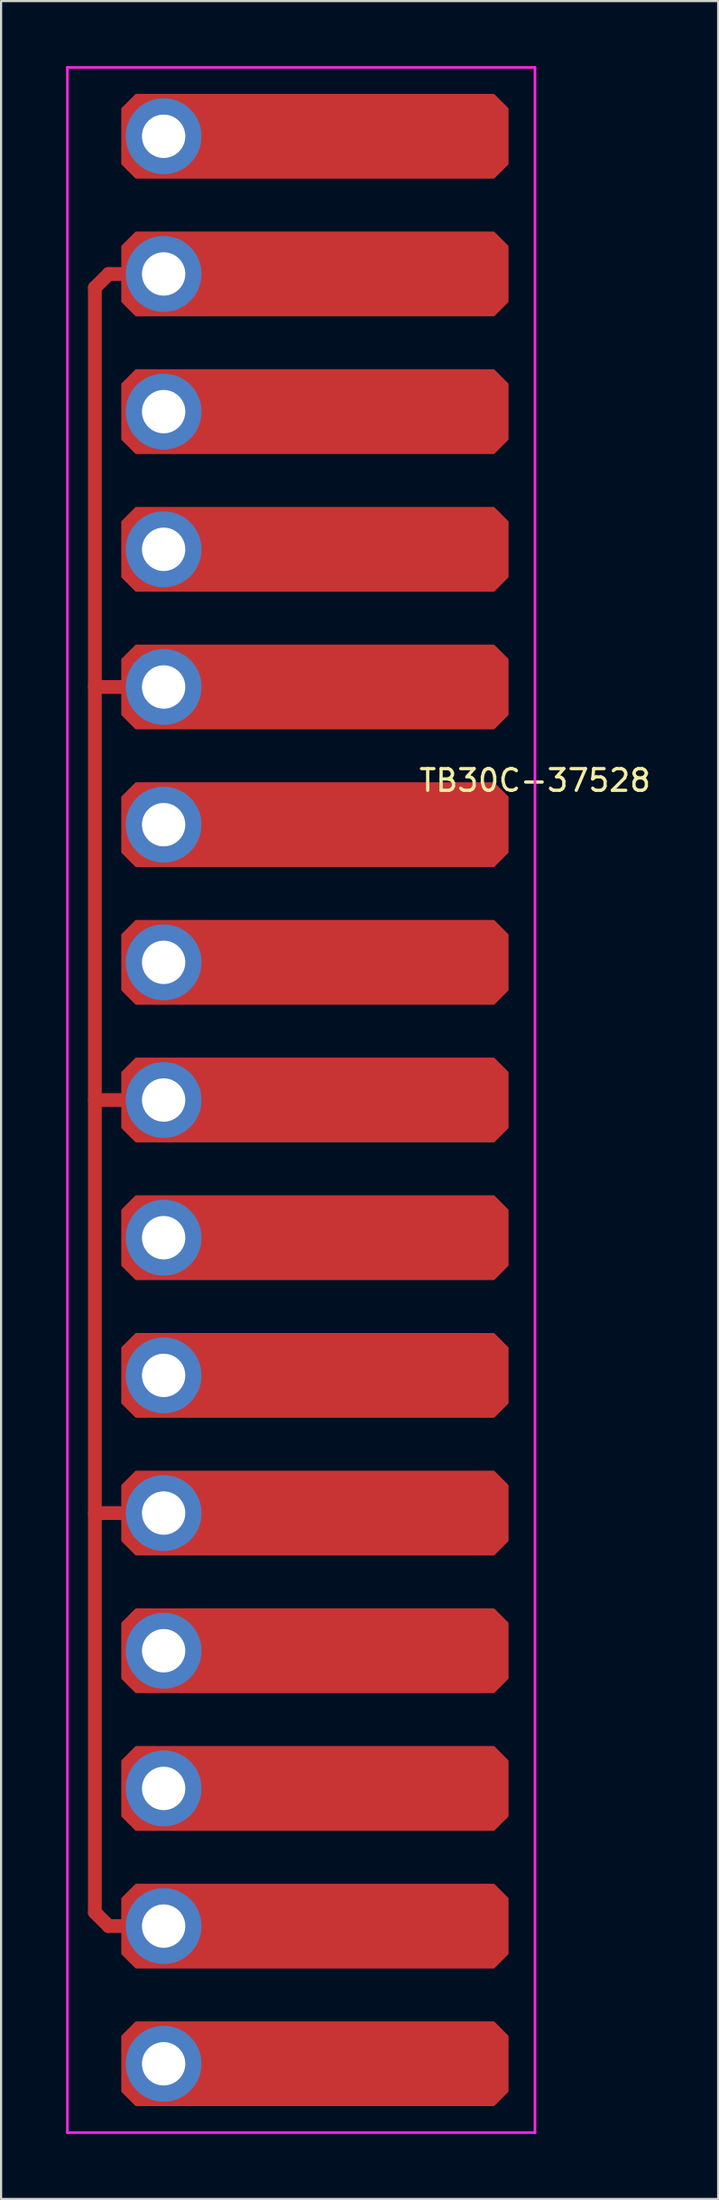
<source format=kicad_pcb>
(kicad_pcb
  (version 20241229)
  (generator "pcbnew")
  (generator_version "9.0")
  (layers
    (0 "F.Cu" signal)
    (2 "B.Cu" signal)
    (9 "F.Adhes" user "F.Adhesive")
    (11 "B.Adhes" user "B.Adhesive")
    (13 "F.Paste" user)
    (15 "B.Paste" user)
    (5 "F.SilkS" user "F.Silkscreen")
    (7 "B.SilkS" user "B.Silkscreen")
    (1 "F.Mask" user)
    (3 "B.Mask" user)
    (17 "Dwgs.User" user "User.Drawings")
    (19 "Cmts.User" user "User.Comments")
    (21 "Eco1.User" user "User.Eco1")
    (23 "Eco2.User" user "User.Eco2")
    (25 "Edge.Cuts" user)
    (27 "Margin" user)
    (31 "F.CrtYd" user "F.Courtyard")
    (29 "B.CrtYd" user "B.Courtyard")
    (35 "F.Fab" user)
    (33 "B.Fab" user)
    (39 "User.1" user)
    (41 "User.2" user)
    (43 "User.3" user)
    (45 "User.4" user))
  (footprint "TB30C-37528"
    (layer "F.Cu")
    (at 15.3 48.32)
    (property "Reference" "TB30C-37528" (at 6.35 -15.375 0) (layer "F.SilkS") (effects (font (size 1 1) (thickness 0.15))))
    (attr through_hole)
    (fp_line (start -13.97 -38.1) (end -13.97 36.83) (stroke (width 0.635) (type solid)) (layer "F.Cu"))
    (fp_line (start -13.97 -38.1) (end -13.335 -38.735) (stroke (width 0.635) (type solid)) (layer "F.Cu"))
    (fp_line (start -13.97 -19.685) (end -12.065 -19.685) (stroke (width 0.635) (type solid)) (layer "F.Cu"))
    (fp_line (start -13.97 -0.635) (end -12.065 -0.635) (stroke (width 0.635) (type solid)) (layer "F.Cu"))
    (fp_line (start -13.97 18.415) (end -12.065 18.415) (stroke (width 0.635) (type solid)) (layer "F.Cu"))
    (fp_line (start -13.97 36.83) (end -13.335 37.465) (stroke (width 0.635) (type solid)) (layer "F.Cu"))
    (fp_line (start -13.335 -38.735) (end -12.065 -38.735) (stroke (width 0.635) (type solid)) (layer "F.Cu"))
    (fp_line (start -13.335 37.465) (end -12.065 37.465) (stroke (width 0.635) (type solid)) (layer "F.Cu"))
    (fp_poly (pts (xy 5.08 -46.355) (xy 5.08 -43.815) (xy 4.445 -43.18) (xy -12.065 -43.18) (xy -12.7 -43.815) (xy -12.7 -46.355) (xy -12.065 -46.99) (xy 4.445 -46.99)) (stroke (width 0.1) (type solid)) (fill yes) (layer "F.Cu"))
    (fp_poly (pts (xy 5.08 -40.005) (xy 5.08 -37.465) (xy 4.445 -36.83) (xy -12.065 -36.83) (xy -12.7 -37.465) (xy -12.7 -40.005) (xy -12.065 -40.64) (xy 4.445 -40.64)) (stroke (width 0.1) (type solid)) (fill yes) (layer "F.Cu"))
    (fp_poly (pts (xy 5.08 -33.655) (xy 5.08 -31.115) (xy 4.445 -30.48) (xy -12.065 -30.48) (xy -12.7 -31.115) (xy -12.7 -33.655) (xy -12.065 -34.29) (xy 4.445 -34.29)) (stroke (width 0.1) (type solid)) (fill yes) (layer "F.Cu"))
    (fp_poly (pts (xy 5.08 -27.305) (xy 5.08 -24.765) (xy 4.445 -24.13) (xy -12.065 -24.13) (xy -12.7 -24.765) (xy -12.7 -27.305) (xy -12.065 -27.94) (xy 4.445 -27.94)) (stroke (width 0.1) (type solid)) (fill yes) (layer "F.Cu"))
    (fp_poly (pts (xy 5.08 -20.955) (xy 5.08 -18.415) (xy 4.445 -17.78) (xy -12.065 -17.78) (xy -12.7 -18.415) (xy -12.7 -20.955) (xy -12.065 -21.59) (xy 4.445 -21.59)) (stroke (width 0.1) (type solid)) (fill yes) (layer "F.Cu"))
    (fp_poly (pts (xy 5.08 -14.605) (xy 5.08 -12.065) (xy 4.445 -11.43) (xy -12.065 -11.43) (xy -12.7 -12.065) (xy -12.7 -14.605) (xy -12.065 -15.24) (xy 4.445 -15.24)) (stroke (width 0.1) (type solid)) (fill yes) (layer "F.Cu"))
    (fp_poly (pts (xy 5.08 -8.255) (xy 5.08 -5.715) (xy 4.445 -5.08) (xy -12.065 -5.08) (xy -12.7 -5.715) (xy -12.7 -8.255) (xy -12.065 -8.89) (xy 4.445 -8.89)) (stroke (width 0.1) (type solid)) (fill yes) (layer "F.Cu"))
    (fp_poly (pts (xy 5.08 -1.905) (xy 5.08 0.635) (xy 4.445 1.27) (xy -12.065 1.27) (xy -12.7 0.635) (xy -12.7 -1.905) (xy -12.065 -2.54) (xy 4.445 -2.54)) (stroke (width 0.1) (type solid)) (fill yes) (layer "F.Cu"))
    (fp_poly (pts (xy 5.08 4.445) (xy 5.08 6.985) (xy 4.445 7.62) (xy -12.065 7.62) (xy -12.7 6.985) (xy -12.7 4.445) (xy -12.065 3.81) (xy 4.445 3.81)) (stroke (width 0.1) (type solid)) (fill yes) (layer "F.Cu"))
    (fp_poly (pts (xy 5.08 10.795) (xy 5.08 13.335) (xy 4.445 13.97) (xy -12.065 13.97) (xy -12.7 13.335) (xy -12.7 10.795) (xy -12.065 10.16) (xy 4.445 10.16)) (stroke (width 0.1) (type solid)) (fill yes) (layer "F.Cu"))
    (fp_poly (pts (xy 5.08 17.145) (xy 5.08 19.685) (xy 4.445 20.32) (xy -12.065 20.32) (xy -12.7 19.685) (xy -12.7 17.145) (xy -12.065 16.51) (xy 4.445 16.51)) (stroke (width 0.1) (type solid)) (fill yes) (layer "F.Cu"))
    (fp_poly (pts (xy 5.08 23.495) (xy 5.08 26.035) (xy 4.445 26.67) (xy -12.065 26.67) (xy -12.7 26.035) (xy -12.7 23.495) (xy -12.065 22.86) (xy 4.445 22.86)) (stroke (width 0.1) (type solid)) (fill yes) (layer "F.Cu"))
    (fp_poly (pts (xy 5.08 29.845) (xy 5.08 32.385) (xy 4.445 33.02) (xy -12.065 33.02) (xy -12.7 32.385) (xy -12.7 29.845) (xy -12.065 29.21) (xy 4.445 29.21)) (stroke (width 0.1) (type solid)) (fill yes) (layer "F.Cu"))
    (fp_poly (pts (xy 5.08 36.195) (xy 5.08 38.735) (xy 4.445 39.37) (xy -12.065 39.37) (xy -12.7 38.735) (xy -12.7 36.195) (xy -12.065 35.56) (xy 4.445 35.56)) (stroke (width 0.1) (type solid)) (fill yes) (layer "F.Cu"))
    (fp_poly (pts (xy 5.08 42.545) (xy 5.08 45.085) (xy 4.445 45.72) (xy -12.065 45.72) (xy -12.7 45.085) (xy -12.7 42.545) (xy -12.065 41.91) (xy 4.445 41.91)) (stroke (width 0.1) (type solid)) (fill yes) (layer "F.Cu"))
    (fp_poly (pts (xy 4.889 -46.291) (xy 4.889 -43.879) (xy 4.381 -43.37) (xy -12.002 -43.37) (xy -12.509 -43.879) (xy -12.509 -46.291) (xy -12.002 -46.8) (xy 4.381 -46.8)) (stroke (width 0.1) (type solid)) (fill yes) (layer "F.Mask"))
    (fp_poly (pts (xy 4.889 -39.941) (xy 4.889 -37.529) (xy 4.381 -37.02) (xy -12.002 -37.02) (xy -12.509 -37.529) (xy -12.509 -39.941) (xy -12.002 -40.45) (xy 4.381 -40.45)) (stroke (width 0.1) (type solid)) (fill yes) (layer "F.Mask"))
    (fp_poly (pts (xy 4.889 -33.592) (xy 4.889 -31.178) (xy 4.381 -30.671) (xy -12.002 -30.671) (xy -12.509 -31.178) (xy -12.509 -33.592) (xy -12.002 -34.099) (xy 4.381 -34.099)) (stroke (width 0.1) (type solid)) (fill yes) (layer "F.Mask"))
    (fp_poly (pts (xy 4.889 -27.241) (xy 4.889 -24.828) (xy 4.381 -24.32) (xy -12.002 -24.32) (xy -12.509 -24.828) (xy -12.509 -27.241) (xy -12.002 -27.75) (xy 4.381 -27.75)) (stroke (width 0.1) (type solid)) (fill yes) (layer "F.Mask"))
    (fp_poly (pts (xy 4.889 -20.892) (xy 4.889 -18.479) (xy 4.381 -17.971) (xy -12.002 -17.971) (xy -12.509 -18.479) (xy -12.509 -20.892) (xy -12.002 -21.399) (xy 4.381 -21.399)) (stroke (width 0.1) (type solid)) (fill yes) (layer "F.Mask"))
    (fp_poly (pts (xy 4.889 -14.541) (xy 4.889 -12.129) (xy 4.381 -11.62) (xy -12.002 -11.62) (xy -12.509 -12.129) (xy -12.509 -14.541) (xy -12.002 -15.05) (xy 4.381 -15.05)) (stroke (width 0.1) (type solid)) (fill yes) (layer "F.Mask"))
    (fp_poly (pts (xy 4.889 -8.191) (xy 4.889 -5.779) (xy 4.381 -5.271) (xy -12.002 -5.271) (xy -12.509 -5.779) (xy -12.509 -8.191) (xy -12.002 -8.7) (xy 4.381 -8.7)) (stroke (width 0.1) (type solid)) (fill yes) (layer "F.Mask"))
    (fp_poly (pts (xy 4.889 -1.841) (xy 4.889 0.572) (xy 4.381 1.079) (xy -12.002 1.079) (xy -12.509 0.572) (xy -12.509 -1.841) (xy -12.002 -2.349) (xy 4.381 -2.349)) (stroke (width 0.1) (type solid)) (fill yes) (layer "F.Mask"))
    (fp_poly (pts (xy 4.889 4.508) (xy 4.889 6.921) (xy 4.381 7.429) (xy -12.002 7.429) (xy -12.509 6.921) (xy -12.509 4.508) (xy -12.002 4) (xy 4.381 4)) (stroke (width 0.1) (type solid)) (fill yes) (layer "F.Mask"))
    (fp_poly (pts (xy 4.889 10.858) (xy 4.889 13.271) (xy 4.381 13.78) (xy -12.002 13.78) (xy -12.509 13.271) (xy -12.509 10.858) (xy -12.002 10.351) (xy 4.381 10.351)) (stroke (width 0.1) (type solid)) (fill yes) (layer "F.Mask"))
    (fp_poly (pts (xy 4.889 17.209) (xy 4.889 19.622) (xy 4.381 20.13) (xy -12.002 20.13) (xy -12.509 19.622) (xy -12.509 17.209) (xy -12.002 16.701) (xy 4.381 16.701)) (stroke (width 0.1) (type solid)) (fill yes) (layer "F.Mask"))
    (fp_poly (pts (xy 4.889 23.558) (xy 4.889 25.971) (xy 4.381 26.48) (xy -12.002 26.48) (xy -12.509 25.971) (xy -12.509 23.558) (xy -12.002 23.05) (xy 4.381 23.05)) (stroke (width 0.1) (type solid)) (fill yes) (layer "F.Mask"))
    (fp_poly (pts (xy 4.889 29.909) (xy 4.889 32.322) (xy 4.381 32.83) (xy -12.002 32.83) (xy -12.509 32.322) (xy -12.509 29.909) (xy -12.002 29.401) (xy 4.381 29.401)) (stroke (width 0.1) (type solid)) (fill yes) (layer "F.Mask"))
    (fp_poly (pts (xy 4.889 36.258) (xy 4.889 38.672) (xy 4.381 39.179) (xy -12.002 39.179) (xy -12.509 38.672) (xy -12.509 36.258) (xy -12.002 35.751) (xy 4.381 35.751)) (stroke (width 0.1) (type solid)) (fill yes) (layer "F.Mask"))
    (fp_poly (pts (xy 4.889 42.608) (xy 4.889 45.022) (xy 4.381 45.529) (xy -12.002 45.529) (xy -12.509 45.022) (xy -12.509 42.608) (xy -12.002 42.1) (xy 4.381 42.1)) (stroke (width 0.1) (type solid)) (fill yes) (layer "F.Mask"))
    (fp_line (start -15.24 -48.26) (end -15.24 46.99) (stroke (width 0.12) (type solid)) (layer "F.CrtYd"))
    (fp_line (start -15.24 46.99) (end 6.35 46.99) (stroke (width 0.12) (type solid)) (layer "F.CrtYd"))
    (fp_line (start 6.35 -48.26) (end -15.24 -48.26) (stroke (width 0.12) (type solid)) (layer "F.CrtYd"))
    (fp_line (start 6.35 46.99) (end 6.35 -48.26) (stroke (width 0.12) (type solid)) (layer "F.CrtYd"))
    (pad "1" thru_hole circle (at -10.795 -32.385) (size 3.5 3.5) (drill 2) (layers "*.Cu" "B.Mask"))
    (pad "1" thru_hole circle (at -10.795 -13.335) (size 3.5 3.5) (drill 2) (layers "*.Cu" "B.Mask"))
    (pad "1" thru_hole circle (at -10.795 5.715) (size 3.5 3.5) (drill 2) (layers "*.Cu" "B.Mask"))
    (pad "1" thru_hole circle (at -10.795 24.765) (size 3.5 3.5) (drill 2) (layers "*.Cu" "B.Mask"))
    (pad "1" thru_hole circle (at -10.795 43.815) (size 3.5 3.5) (drill 2) (layers "*.Cu" "B.Mask"))
    (pad "2" thru_hole circle (at -10.795 -38.735) (size 3.5 3.5) (drill 2) (layers "*.Cu" "B.Mask"))
    (pad "2" thru_hole circle (at -10.795 -19.685) (size 3.5 3.5) (drill 2) (layers "*.Cu" "B.Mask"))
    (pad "2" thru_hole circle (at -10.795 -0.635) (size 3.5 3.5) (drill 2) (layers "*.Cu" "B.Mask"))
    (pad "2" thru_hole circle (at -10.795 18.415) (size 3.5 3.5) (drill 2) (layers "*.Cu" "B.Mask"))
    (pad "2" thru_hole circle (at -10.795 37.465) (size 3.5 3.5) (drill 2) (layers "*.Cu" "B.Mask"))
    (pad "3" thru_hole circle (at -10.795 -45.085) (size 3.5 3.5) (drill 2) (layers "*.Cu" "B.Mask"))
    (pad "3" thru_hole circle (at -10.795 -26.035) (size 3.5 3.5) (drill 2) (layers "*.Cu" "B.Mask"))
    (pad "3" thru_hole circle (at -10.795 -6.985) (size 3.5 3.5) (drill 2) (layers "*.Cu" "B.Mask"))
    (pad "3" thru_hole circle (at -10.795 12.065) (size 3.5 3.5) (drill 2) (layers "*.Cu" "B.Mask"))
    (pad "3" thru_hole circle (at -10.795 31.115) (size 3.5 3.5) (drill 2) (layers "*.Cu" "B.Mask")))
  (gr_rect
    (start -3 -3)
    (end 30.108 98.37)
    (stroke (width 0.1) (type default))
    (fill no)
    (layer "Edge.Cuts")))
</source>
